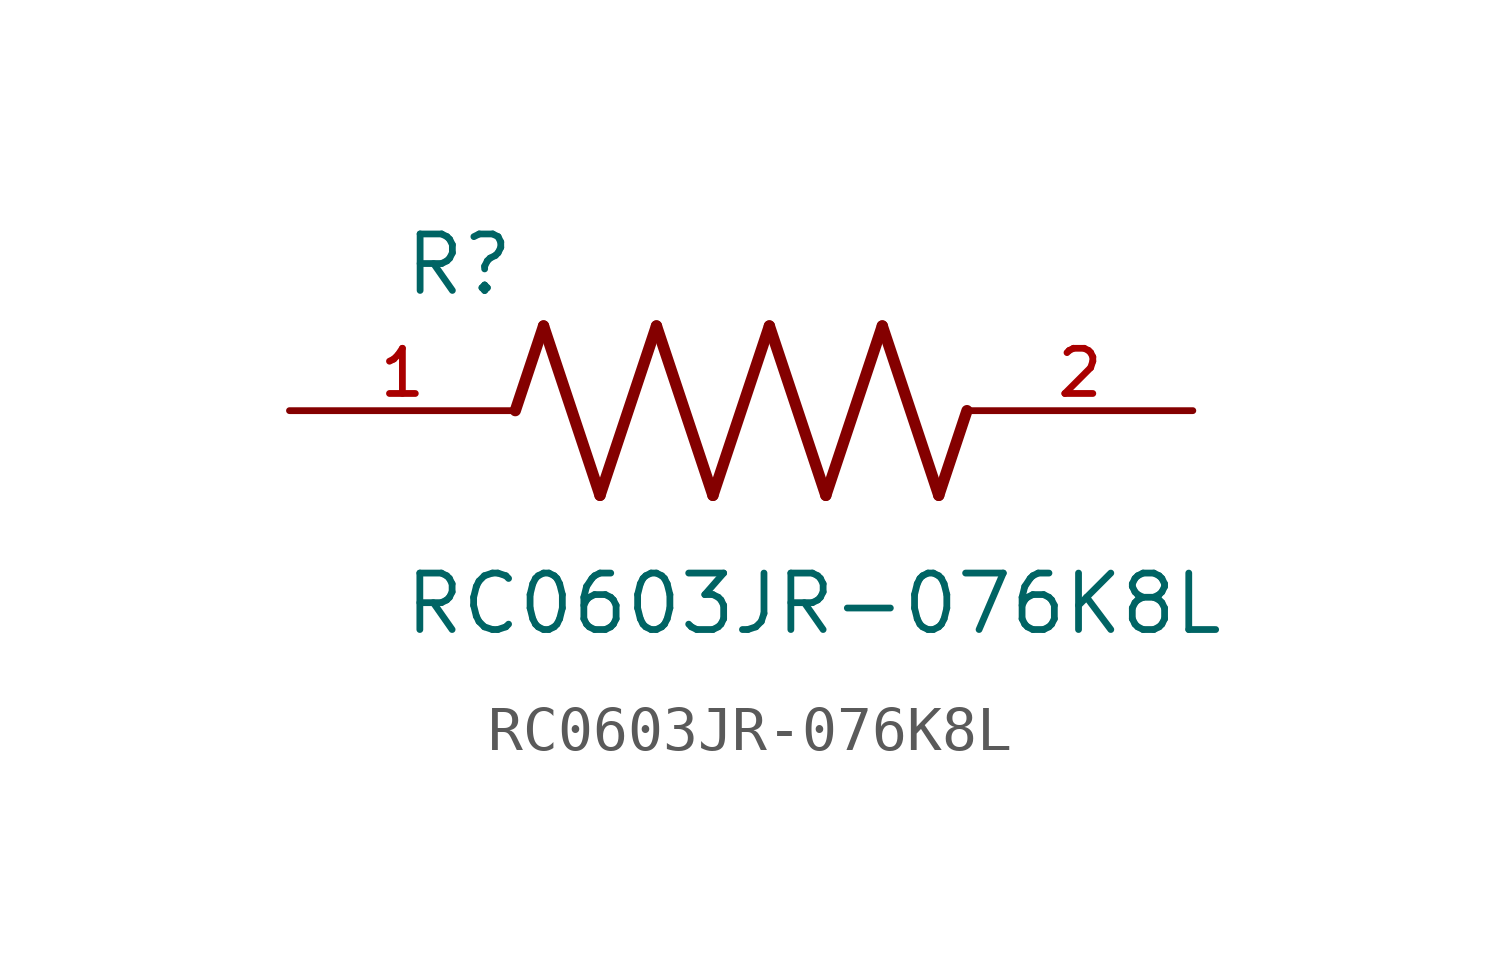
<source format=kicad_sym>
(kicad_symbol_lib
  (version 20211014)
  (generator kicad_symbol_editor)
  (symbol "RC0603JR-076K8L"
    (pin_names
      (offset 1.016))
    (property "Reference" "R"
      (at -7.624 2.541 0)
      (effects (font (size 1.27 1.27)) (justify bottom left)))
    (property "Value" "RC0603JR-076K8L"
      (at -7.63 -5.087 0)
      (effects (font (size 1.27 1.27)) (justify bottom left)))
    (symbol "RC0603JR-076K8L_0_0"
      (polyline (pts (xy -5.08 0.0) (xy -4.445 1.905)) (stroke (width 0.254)))
      (polyline (pts (xy -4.445 1.905) (xy -3.175 -1.905)) (stroke (width 0.254)))
      (polyline (pts (xy -3.175 -1.905) (xy -1.905 1.905)) (stroke (width 0.254)))
      (polyline (pts (xy -1.905 1.905) (xy -0.635 -1.905)) (stroke (width 0.254)))
      (polyline (pts (xy -0.635 -1.905) (xy 0.635 1.905)) (stroke (width 0.254)))
      (polyline (pts (xy 0.635 1.905) (xy 1.905 -1.905)) (stroke (width 0.254)))
      (polyline (pts (xy 1.905 -1.905) (xy 3.175 1.905)) (stroke (width 0.254)))
      (polyline (pts (xy 3.175 1.905) (xy 4.445 -1.905)) (stroke (width 0.254)))
      (polyline (pts (xy 4.445 -1.905) (xy 5.08 0.0)) (stroke (width 0.254)))
      (pin passive line (at -10.16 0.0 0) (length 5.08) (name "~" (effects (font (size 1.016 1.016)))) (number "1" (effects (font (size 1.016 1.016)))))
      (pin passive line (at 10.16 0.0 180.0) (length 5.08) (name "~" (effects (font (size 1.016 1.016)))) (number "2" (effects (font (size 1.016 1.016))))))))
</source>
